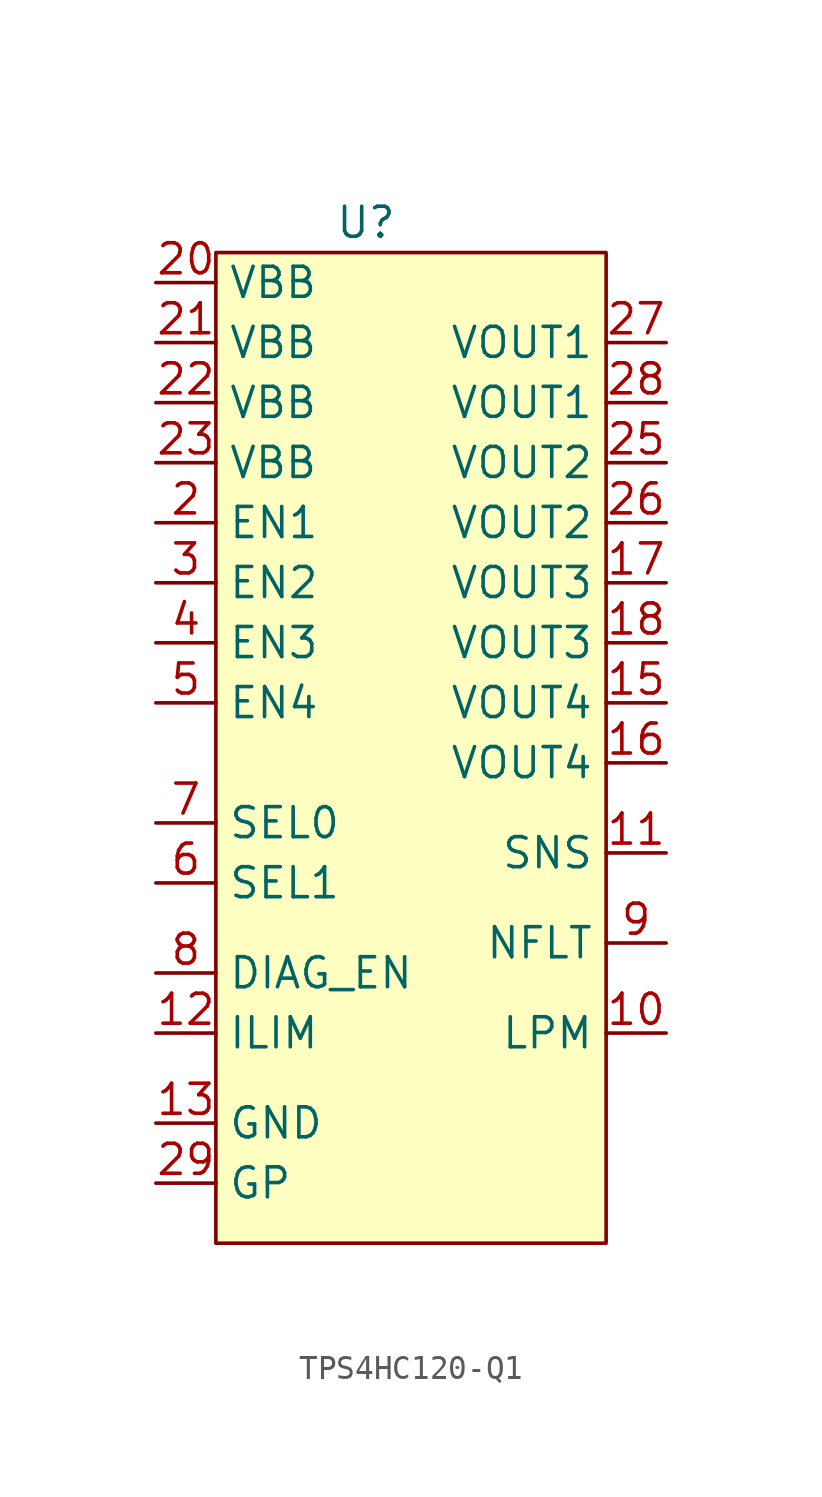
<source format=kicad_sym>
(kicad_symbol_lib
  (version 20241209)
  (generator "kicad_symbol_editor")
  (generator_version "9.0")
  (symbol "TPS4HC120-Q1"
    (property "Reference" "U"
      (at 0 0 0)
      (effects (font (size 1.27 1.27))))
    (property "Value" ""
      (at 0 0 0)
      (effects (font (size 1.27 1.27))))
    (symbol "TPS4HC120-Q1_1_1"
      (rectangle (start -6.35 -1.27) (end 10.16 -43.18) (stroke (width 0) (type solid)) (fill (type background)))
      (pin input line (at -8.89 -2.54 0) (length 2.54) (name "VBB" (effects (font (size 1.27 1.27)))) (number "20" (effects (font (size 1.27 1.27)))))
      (pin input line (at -8.89 -5.08 0) (length 2.54) (name "VBB" (effects (font (size 1.27 1.27)))) (number "21" (effects (font (size 1.27 1.27)))))
      (pin input line (at -8.89 -7.62 0) (length 2.54) (name "VBB" (effects (font (size 1.27 1.27)))) (number "22" (effects (font (size 1.27 1.27)))))
      (pin input line (at -8.89 -10.16 0) (length 2.54) (name "VBB" (effects (font (size 1.27 1.27)))) (number "23" (effects (font (size 1.27 1.27)))))
      (pin input line (at -8.89 -12.7 0) (length 2.54) (name "EN1" (effects (font (size 1.27 1.27)))) (number "2" (effects (font (size 1.27 1.27)))))
      (pin input line (at -8.89 -15.24 0) (length 2.54) (name "EN2" (effects (font (size 1.27 1.27)))) (number "3" (effects (font (size 1.27 1.27)))))
      (pin input line (at -8.89 -17.78 0) (length 2.54) (name "EN3" (effects (font (size 1.27 1.27)))) (number "4" (effects (font (size 1.27 1.27)))))
      (pin input line (at -8.89 -20.32 0) (length 2.54) (name "EN4" (effects (font (size 1.27 1.27)))) (number "5" (effects (font (size 1.27 1.27)))))
      (pin input line (at -8.89 -25.4 0) (length 2.54) (name "SEL0" (effects (font (size 1.27 1.27)))) (number "7" (effects (font (size 1.27 1.27)))))
      (pin input line (at -8.89 -27.94 0) (length 2.54) (name "SEL1" (effects (font (size 1.27 1.27)))) (number "6" (effects (font (size 1.27 1.27)))))
      (pin input line (at -8.89 -31.75 0) (length 2.54) (name "DIAG_EN" (effects (font (size 1.27 1.27)))) (number "8" (effects (font (size 1.27 1.27)))))
      (pin input line (at -8.89 -34.29 0) (length 2.54) (name "ILIM" (effects (font (size 1.27 1.27)))) (number "12" (effects (font (size 1.27 1.27)))))
      (pin input line (at -8.89 -38.1 0) (length 2.54) (name "GND" (effects (font (size 1.27 1.27)))) (number "13" (effects (font (size 1.27 1.27)))))
      (pin input line (at -8.89 -40.64 0) (length 2.54) (name "GP" (effects (font (size 1.27 1.27)))) (number "29" (effects (font (size 1.27 1.27)))))
      (pin power_in line (at 12.7 -5.08 180) (length 2.54) (name "VOUT1" (effects (font (size 1.27 1.27)))) (number "27" (effects (font (size 1.27 1.27)))))
      (pin power_in line (at 12.7 -7.62 180) (length 2.54) (name "VOUT1" (effects (font (size 1.27 1.27)))) (number "28" (effects (font (size 1.27 1.27)))))
      (pin power_out line (at 12.7 -10.16 180) (length 2.54) (name "VOUT2" (effects (font (size 1.27 1.27)))) (number "25" (effects (font (size 1.27 1.27)))))
      (pin power_out line (at 12.7 -12.7 180) (length 2.54) (name "VOUT2" (effects (font (size 1.27 1.27)))) (number "26" (effects (font (size 1.27 1.27)))))
      (pin power_out line (at 12.7 -15.24 180) (length 2.54) (name "VOUT3" (effects (font (size 1.27 1.27)))) (number "17" (effects (font (size 1.27 1.27)))))
      (pin power_out line (at 12.7 -17.78 180) (length 2.54) (name "VOUT3" (effects (font (size 1.27 1.27)))) (number "18" (effects (font (size 1.27 1.27)))))
      (pin power_out line (at 12.7 -20.32 180) (length 2.54) (name "VOUT4" (effects (font (size 1.27 1.27)))) (number "15" (effects (font (size 1.27 1.27)))))
      (pin power_out line (at 12.7 -22.86 180) (length 2.54) (name "VOUT4" (effects (font (size 1.27 1.27)))) (number "16" (effects (font (size 1.27 1.27)))))
      (pin output line (at 12.7 -26.67 180) (length 2.54) (name "SNS" (effects (font (size 1.27 1.27)))) (number "11" (effects (font (size 1.27 1.27)))))
      (pin output line (at 12.7 -30.48 180) (length 2.54) (name "NFLT" (effects (font (size 1.27 1.27)))) (number "9" (effects (font (size 1.27 1.27)))))
      (pin output line (at 12.7 -34.29 180) (length 2.54) (name "LPM" (effects (font (size 1.27 1.27)))) (number "10" (effects (font (size 1.27 1.27))))))))
</source>
